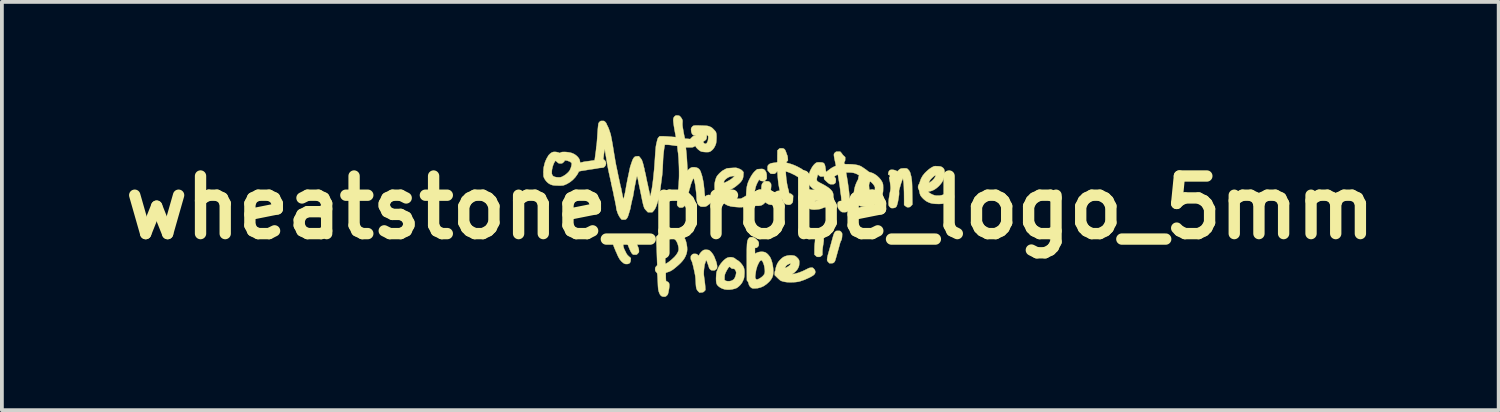
<source format=kicad_pcb>
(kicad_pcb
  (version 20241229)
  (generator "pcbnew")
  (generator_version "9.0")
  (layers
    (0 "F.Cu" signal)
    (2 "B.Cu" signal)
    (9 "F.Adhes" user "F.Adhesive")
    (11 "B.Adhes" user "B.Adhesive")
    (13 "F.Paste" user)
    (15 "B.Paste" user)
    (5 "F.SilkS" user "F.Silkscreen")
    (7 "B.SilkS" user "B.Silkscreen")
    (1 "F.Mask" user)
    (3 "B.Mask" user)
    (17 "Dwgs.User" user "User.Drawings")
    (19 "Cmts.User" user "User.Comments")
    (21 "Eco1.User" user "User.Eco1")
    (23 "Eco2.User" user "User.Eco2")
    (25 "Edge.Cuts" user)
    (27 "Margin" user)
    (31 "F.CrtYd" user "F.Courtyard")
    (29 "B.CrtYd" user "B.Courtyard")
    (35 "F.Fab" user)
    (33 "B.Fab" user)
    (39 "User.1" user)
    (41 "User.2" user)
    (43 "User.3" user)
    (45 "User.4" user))
  (footprint "wheatstone_probe_logo_5mm"
    (layer "F.Cu")
    (at 16.808 2.443)
    (property "Reference" "wheatstone_probe_logo_5mm" (at 0 0 0) (layer "F.SilkS") (effects (font (size 1.524 1.524) (thickness 0.3))))
    (attr through_hole)
    (fp_poly (pts (xy 1.825 0.7) (xy 1.853 0.703) (xy 1.872 0.708) (xy 1.887 0.717) (xy 1.903 0.731) (xy 1.919 0.748) (xy 1.929 0.767) (xy 1.936 0.792) (xy 1.938 0.805) (xy 1.941 0.826) (xy 1.943 0.845) (xy 1.944 0.866) (xy 1.942 0.89) (xy 1.938 0.92) (xy 1.933 0.959) (xy 1.924 1.01) (xy 1.924 1.012) (xy 1.918 1.058) (xy 1.912 1.107) (xy 1.909 1.153) (xy 1.909 1.179) (xy 1.909 1.254) (xy 1.88 1.28) (xy 1.862 1.295) (xy 1.846 1.303) (xy 1.827 1.306) (xy 1.807 1.306) (xy 1.781 1.306) (xy 1.764 1.302) (xy 1.749 1.292) (xy 1.731 1.276) (xy 1.698 1.246) (xy 1.698 1.126) (xy 1.699 1.081) (xy 1.7 1.036) (xy 1.702 0.997) (xy 1.705 0.966) (xy 1.706 0.954) (xy 1.71 0.924) (xy 1.713 0.885) (xy 1.715 0.845) (xy 1.715 0.829) (xy 1.716 0.755) (xy 1.745 0.725) (xy 1.774 0.695) (xy 1.825 0.7)) (stroke (width 0.01) (type solid)) (fill yes) (layer "F.SilkS"))
    (fp_poly (pts (xy -3.13 0.721) (xy -3.114 0.728) (xy -3.093 0.743) (xy -3.092 0.744) (xy -3.059 0.77) (xy -3.037 0.793) (xy -3.024 0.818) (xy -3.017 0.848) (xy -3.015 0.884) (xy -3.013 0.915) (xy -3.01 0.94) (xy -3.004 0.964) (xy -2.994 0.991) (xy -2.98 1.024) (xy -2.97 1.045) (xy -2.952 1.099) (xy -2.948 1.133) (xy -2.947 1.159) (xy -2.948 1.176) (xy -2.954 1.19) (xy -2.967 1.205) (xy -2.976 1.215) (xy -2.993 1.233) (xy -3.006 1.243) (xy -3.02 1.247) (xy -3.041 1.248) (xy -3.055 1.248) (xy -3.081 1.248) (xy -3.098 1.245) (xy -3.111 1.238) (xy -3.125 1.225) (xy -3.129 1.221) (xy -3.147 1.197) (xy -3.168 1.159) (xy -3.192 1.108) (xy -3.219 1.043) (xy -3.239 0.991) (xy -3.261 0.923) (xy -3.271 0.865) (xy -3.271 0.816) (xy -3.26 0.777) (xy -3.239 0.746) (xy -3.229 0.739) (xy -3.211 0.73) (xy -3.186 0.723) (xy -3.17 0.721) (xy -3.146 0.719) (xy -3.13 0.721)) (stroke (width 0.01) (type solid)) (fill yes) (layer "F.SilkS"))
    (fp_poly (pts (xy -3.495 0.814) (xy -3.475 0.818) (xy -3.455 0.828) (xy -3.444 0.835) (xy -3.42 0.854) (xy -3.397 0.875) (xy -3.389 0.884) (xy -3.378 0.899) (xy -3.371 0.914) (xy -3.368 0.933) (xy -3.367 0.961) (xy -3.367 0.962) (xy -3.361 1.022) (xy -3.344 1.083) (xy -3.329 1.116) (xy -3.321 1.132) (xy -3.309 1.156) (xy -3.295 1.184) (xy -3.292 1.191) (xy -3.275 1.223) (xy -3.258 1.249) (xy -3.235 1.273) (xy -3.214 1.293) (xy -3.162 1.338) (xy -3.166 1.391) (xy -3.172 1.433) (xy -3.187 1.463) (xy -3.21 1.482) (xy -3.243 1.493) (xy -3.278 1.495) (xy -3.306 1.493) (xy -3.329 1.486) (xy -3.354 1.472) (xy -3.357 1.47) (xy -3.408 1.428) (xy -3.454 1.373) (xy -3.492 1.307) (xy -3.495 1.301) (xy -3.508 1.273) (xy -3.519 1.25) (xy -3.526 1.235) (xy -3.527 1.23) (xy -3.53 1.222) (xy -3.537 1.205) (xy -3.545 1.188) (xy -3.556 1.166) (xy -3.569 1.135) (xy -3.584 1.099) (xy -3.597 1.067) (xy -3.612 1.029) (xy -3.622 1.001) (xy -3.628 0.977) (xy -3.631 0.954) (xy -3.632 0.928) (xy -3.632 0.927) (xy -3.632 0.87) (xy -3.602 0.841) (xy -3.584 0.826) (xy -3.57 0.817) (xy -3.553 0.814) (xy -3.528 0.813) (xy -3.524 0.813) (xy -3.495 0.814)) (stroke (width 0.01) (type solid)) (fill yes) (layer "F.SilkS"))
    (fp_poly (pts (xy 2.352 0.617) (xy 2.37 0.619) (xy 2.383 0.624) (xy 2.394 0.635) (xy 2.405 0.646) (xy 2.42 0.664) (xy 2.428 0.68) (xy 2.431 0.7) (xy 2.431 0.717) (xy 2.429 0.763) (xy 2.425 0.805) (xy 2.418 0.84) (xy 2.409 0.865) (xy 2.404 0.873) (xy 2.396 0.887) (xy 2.386 0.911) (xy 2.376 0.94) (xy 2.373 0.951) (xy 2.364 0.986) (xy 2.352 1.028) (xy 2.341 1.07) (xy 2.336 1.089) (xy 2.324 1.129) (xy 2.312 1.172) (xy 2.301 1.211) (xy 2.297 1.226) (xy 2.281 1.284) (xy 2.268 1.33) (xy 2.258 1.365) (xy 2.25 1.391) (xy 2.243 1.41) (xy 2.237 1.424) (xy 2.231 1.434) (xy 2.225 1.442) (xy 2.217 1.449) (xy 2.217 1.45) (xy 2.202 1.462) (xy 2.189 1.469) (xy 2.172 1.472) (xy 2.146 1.473) (xy 2.142 1.473) (xy 2.092 1.473) (xy 2.061 1.44) (xy 2.045 1.421) (xy 2.036 1.407) (xy 2.033 1.391) (xy 2.033 1.369) (xy 2.034 1.362) (xy 2.037 1.334) (xy 2.044 1.299) (xy 2.052 1.262) (xy 2.056 1.248) (xy 2.066 1.212) (xy 2.078 1.169) (xy 2.091 1.123) (xy 2.101 1.089) (xy 2.113 1.044) (xy 2.127 0.995) (xy 2.14 0.948) (xy 2.148 0.918) (xy 2.166 0.852) (xy 2.181 0.798) (xy 2.193 0.755) (xy 2.204 0.721) (xy 2.213 0.695) (xy 2.222 0.676) (xy 2.23 0.661) (xy 2.239 0.649) (xy 2.247 0.64) (xy 2.26 0.628) (xy 2.272 0.621) (xy 2.287 0.618) (xy 2.31 0.617) (xy 2.324 0.617) (xy 2.352 0.617)) (stroke (width 0.01) (type solid)) (fill yes) (layer "F.SilkS"))
    (fp_poly (pts (xy -0.461 1.322) (xy -0.42 1.338) (xy -0.396 1.357) (xy -0.374 1.374) (xy -0.351 1.389) (xy -0.348 1.39) (xy -0.305 1.418) (xy -0.262 1.458) (xy -0.228 1.498) (xy -0.198 1.539) (xy -0.178 1.576) (xy -0.165 1.612) (xy -0.158 1.651) (xy -0.155 1.679) (xy -0.154 1.713) (xy -0.155 1.752) (xy -0.158 1.792) (xy -0.161 1.83) (xy -0.166 1.863) (xy -0.172 1.886) (xy -0.175 1.894) (xy -0.181 1.907) (xy -0.19 1.928) (xy -0.196 1.943) (xy -0.222 1.994) (xy -0.262 2.046) (xy -0.309 2.091) (xy -0.336 2.112) (xy -0.359 2.128) (xy -0.386 2.139) (xy -0.419 2.15) (xy -0.484 2.165) (xy -0.55 2.173) (xy -0.614 2.173) (xy -0.672 2.166) (xy -0.687 2.163) (xy -0.741 2.145) (xy -0.787 2.123) (xy -0.829 2.094) (xy -0.837 2.087) (xy -0.863 2.063) (xy -0.881 2.039) (xy -0.893 2.011) (xy -0.901 1.977) (xy -0.905 1.932) (xy -0.905 1.92) (xy -0.906 1.893) (xy -0.683 1.893) (xy -0.682 1.911) (xy -0.681 1.915) (xy -0.668 1.93) (xy -0.645 1.941) (xy -0.614 1.948) (xy -0.578 1.95) (xy -0.542 1.948) (xy -0.507 1.94) (xy -0.478 1.928) (xy -0.478 1.928) (xy -0.457 1.914) (xy -0.439 1.901) (xy -0.433 1.896) (xy -0.415 1.869) (xy -0.399 1.834) (xy -0.385 1.794) (xy -0.378 1.759) (xy -0.374 1.731) (xy -0.374 1.711) (xy -0.379 1.694) (xy -0.386 1.676) (xy -0.401 1.648) (xy -0.414 1.63) (xy -0.428 1.622) (xy -0.448 1.619) (xy -0.457 1.618) (xy -0.48 1.617) (xy -0.497 1.61) (xy -0.514 1.594) (xy -0.515 1.593) (xy -0.531 1.578) (xy -0.545 1.569) (xy -0.549 1.568) (xy -0.561 1.574) (xy -0.578 1.592) (xy -0.598 1.621) (xy -0.62 1.659) (xy -0.64 1.696) (xy -0.656 1.73) (xy -0.667 1.756) (xy -0.674 1.778) (xy -0.678 1.802) (xy -0.681 1.831) (xy -0.681 1.836) (xy -0.683 1.867) (xy -0.683 1.893) (xy -0.906 1.893) (xy -0.906 1.885) (xy -0.905 1.846) (xy -0.903 1.805) (xy -0.9 1.766) (xy -0.896 1.731) (xy -0.891 1.705) (xy -0.887 1.689) (xy -0.886 1.687) (xy -0.881 1.677) (xy -0.873 1.658) (xy -0.864 1.633) (xy -0.853 1.606) (xy -0.842 1.582) (xy -0.834 1.568) (xy -0.824 1.554) (xy -0.82 1.545) (xy -0.816 1.536) (xy -0.805 1.52) (xy -0.789 1.497) (xy -0.781 1.485) (xy -0.745 1.442) (xy -0.707 1.401) (xy -0.667 1.367) (xy -0.631 1.341) (xy -0.604 1.328) (xy -0.557 1.316) (xy -0.508 1.314) (xy -0.461 1.322)) (stroke (width 0.01) (type solid)) (fill yes) (layer "F.SilkS"))
    (fp_poly (pts (xy 1.109 1.266) (xy 1.149 1.272) (xy 1.173 1.278) (xy 1.192 1.286) (xy 1.21 1.299) (xy 1.233 1.319) (xy 1.238 1.324) (xy 1.266 1.353) (xy 1.284 1.38) (xy 1.294 1.408) (xy 1.297 1.442) (xy 1.295 1.486) (xy 1.295 1.49) (xy 1.292 1.519) (xy 1.289 1.542) (xy 1.285 1.555) (xy 1.285 1.557) (xy 1.279 1.568) (xy 1.272 1.587) (xy 1.27 1.591) (xy 1.256 1.62) (xy 1.232 1.654) (xy 1.201 1.688) (xy 1.165 1.721) (xy 1.152 1.731) (xy 1.107 1.765) (xy 1.142 1.76) (xy 1.165 1.756) (xy 1.194 1.749) (xy 1.228 1.74) (xy 1.261 1.73) (xy 1.291 1.721) (xy 1.315 1.713) (xy 1.329 1.706) (xy 1.331 1.705) (xy 1.344 1.699) (xy 1.349 1.698) (xy 1.358 1.695) (xy 1.377 1.687) (xy 1.404 1.675) (xy 1.436 1.66) (xy 1.468 1.644) (xy 1.5 1.628) (xy 1.528 1.614) (xy 1.543 1.606) (xy 1.558 1.6) (xy 1.583 1.595) (xy 1.603 1.592) (xy 1.628 1.59) (xy 1.644 1.591) (xy 1.657 1.597) (xy 1.671 1.609) (xy 1.674 1.612) (xy 1.701 1.642) (xy 1.715 1.672) (xy 1.72 1.703) (xy 1.717 1.728) (xy 1.708 1.751) (xy 1.692 1.772) (xy 1.667 1.794) (xy 1.631 1.817) (xy 1.584 1.843) (xy 1.556 1.857) (xy 1.438 1.91) (xy 1.325 1.949) (xy 1.281 1.961) (xy 1.244 1.967) (xy 1.197 1.973) (xy 1.144 1.976) (xy 1.088 1.978) (xy 1.034 1.978) (xy 0.986 1.976) (xy 0.955 1.973) (xy 0.908 1.966) (xy 0.865 1.956) (xy 0.829 1.945) (xy 0.803 1.934) (xy 0.799 1.932) (xy 0.787 1.923) (xy 0.767 1.906) (xy 0.742 1.883) (xy 0.715 1.857) (xy 0.713 1.855) (xy 0.646 1.789) (xy 0.646 1.741) (xy 0.648 1.707) (xy 0.654 1.684) (xy 0.657 1.68) (xy 0.665 1.662) (xy 0.667 1.644) (xy 0.671 1.615) (xy 0.675 1.599) (xy 0.914 1.599) (xy 0.92 1.6) (xy 0.935 1.595) (xy 0.958 1.585) (xy 0.984 1.57) (xy 1.004 1.558) (xy 1.03 1.538) (xy 1.051 1.517) (xy 1.064 1.496) (xy 1.067 1.484) (xy 1.061 1.482) (xy 1.046 1.485) (xy 1.025 1.493) (xy 1.002 1.504) (xy 0.98 1.516) (xy 0.969 1.524) (xy 0.957 1.535) (xy 0.943 1.553) (xy 0.929 1.572) (xy 0.919 1.589) (xy 0.914 1.599) (xy 0.675 1.599) (xy 0.68 1.579) (xy 0.694 1.537) (xy 0.711 1.496) (xy 0.72 1.477) (xy 0.744 1.438) (xy 0.778 1.397) (xy 0.817 1.358) (xy 0.857 1.324) (xy 0.876 1.311) (xy 0.925 1.288) (xy 0.983 1.272) (xy 1.045 1.264) (xy 1.109 1.266)) (stroke (width 0.01) (type solid)) (fill yes) (layer "F.SilkS"))
    (fp_poly (pts (xy -1.157 1.118) (xy -1.126 1.121) (xy -1.1 1.126) (xy -1.094 1.128) (xy -1.07 1.144) (xy -1.042 1.17) (xy -1.014 1.203) (xy -0.987 1.241) (xy -0.964 1.281) (xy -0.947 1.317) (xy -0.937 1.345) (xy -0.926 1.373) (xy -0.922 1.382) (xy -0.902 1.435) (xy -0.888 1.489) (xy -0.879 1.537) (xy -0.878 1.561) (xy -0.879 1.587) (xy -0.882 1.604) (xy -0.889 1.618) (xy -0.903 1.632) (xy -0.906 1.635) (xy -0.921 1.649) (xy -0.934 1.657) (xy -0.95 1.661) (xy -0.973 1.662) (xy -0.984 1.662) (xy -1.012 1.661) (xy -1.03 1.659) (xy -1.044 1.652) (xy -1.058 1.641) (xy -1.061 1.638) (xy -1.083 1.612) (xy -1.096 1.579) (xy -1.096 1.578) (xy -1.103 1.552) (xy -1.111 1.528) (xy -1.114 1.52) (xy -1.122 1.5) (xy -1.131 1.474) (xy -1.135 1.462) (xy -1.144 1.438) (xy -1.153 1.416) (xy -1.157 1.408) (xy -1.167 1.39) (xy -1.179 1.418) (xy -1.186 1.439) (xy -1.19 1.455) (xy -1.19 1.458) (xy -1.194 1.473) (xy -1.197 1.477) (xy -1.203 1.489) (xy -1.209 1.513) (xy -1.214 1.546) (xy -1.22 1.585) (xy -1.225 1.627) (xy -1.229 1.67) (xy -1.231 1.71) (xy -1.232 1.746) (xy -1.231 1.771) (xy -1.229 1.793) (xy -1.225 1.826) (xy -1.22 1.864) (xy -1.214 1.905) (xy -1.213 1.912) (xy -1.207 1.959) (xy -1.201 2.01) (xy -1.196 2.059) (xy -1.193 2.098) (xy -1.188 2.183) (xy -1.216 2.213) (xy -1.232 2.229) (xy -1.246 2.238) (xy -1.263 2.243) (xy -1.288 2.246) (xy -1.295 2.247) (xy -1.346 2.251) (xy -1.38 2.216) (xy -1.398 2.196) (xy -1.412 2.175) (xy -1.422 2.152) (xy -1.43 2.124) (xy -1.436 2.088) (xy -1.44 2.043) (xy -1.443 1.987) (xy -1.444 1.967) (xy -1.447 1.911) (xy -1.451 1.864) (xy -1.455 1.822) (xy -1.462 1.779) (xy -1.472 1.73) (xy -1.476 1.709) (xy -1.493 1.632) (xy -1.507 1.568) (xy -1.52 1.516) (xy -1.531 1.475) (xy -1.54 1.444) (xy -1.549 1.421) (xy -1.556 1.405) (xy -1.558 1.403) (xy -1.568 1.385) (xy -1.573 1.365) (xy -1.575 1.337) (xy -1.575 1.329) (xy -1.574 1.303) (xy -1.572 1.285) (xy -1.565 1.272) (xy -1.552 1.258) (xy -1.547 1.253) (xy -1.532 1.239) (xy -1.519 1.231) (xy -1.503 1.227) (xy -1.479 1.226) (xy -1.47 1.226) (xy -1.442 1.227) (xy -1.425 1.23) (xy -1.411 1.236) (xy -1.397 1.248) (xy -1.392 1.253) (xy -1.377 1.267) (xy -1.367 1.274) (xy -1.364 1.273) (xy -1.361 1.264) (xy -1.351 1.246) (xy -1.337 1.224) (xy -1.336 1.222) (xy -1.303 1.18) (xy -1.265 1.145) (xy -1.236 1.126) (xy -1.217 1.121) (xy -1.189 1.118) (xy -1.157 1.118)) (stroke (width 0.01) (type solid)) (fill yes) (layer "F.SilkS"))
    (fp_poly (pts (xy 4.104 -1.038) (xy 4.126 -1.036) (xy 4.141 -1.034) (xy 4.153 -1.028) (xy 4.165 -1.019) (xy 4.17 -1.014) (xy 4.207 -0.973) (xy 4.231 -0.925) (xy 4.239 -0.898) (xy 4.244 -0.873) (xy 4.25 -0.853) (xy 4.252 -0.845) (xy 4.256 -0.832) (xy 4.261 -0.809) (xy 4.266 -0.778) (xy 4.27 -0.754) (xy 4.273 -0.729) (xy 4.276 -0.699) (xy 4.279 -0.663) (xy 4.281 -0.619) (xy 4.283 -0.566) (xy 4.284 -0.503) (xy 4.285 -0.427) (xy 4.286 -0.378) (xy 4.29 -0.08) (xy 4.258 -0.046) (xy 4.239 -0.027) (xy 4.223 -0.016) (xy 4.206 -0.011) (xy 4.187 -0.009) (xy 4.164 -0.008) (xy 4.148 -0.01) (xy 4.133 -0.018) (xy 4.113 -0.033) (xy 4.109 -0.036) (xy 4.071 -0.066) (xy 4.071 -0.205) (xy 4.07 -0.314) (xy 4.069 -0.411) (xy 4.066 -0.495) (xy 4.064 -0.567) (xy 4.06 -0.626) (xy 4.056 -0.671) (xy 4.053 -0.691) (xy 4.048 -0.721) (xy 4.044 -0.745) (xy 4.042 -0.76) (xy 4.042 -0.763) (xy 4.04 -0.769) (xy 4.039 -0.768) (xy 4.034 -0.759) (xy 4.026 -0.74) (xy 4.016 -0.713) (xy 4.005 -0.681) (xy 3.993 -0.649) (xy 3.984 -0.619) (xy 3.976 -0.595) (xy 3.967 -0.562) (xy 3.956 -0.524) (xy 3.948 -0.497) (xy 3.938 -0.459) (xy 3.936 -0.427) (xy 3.937 -0.408) (xy 3.938 -0.38) (xy 3.937 -0.346) (xy 3.934 -0.317) (xy 3.923 -0.252) (xy 3.915 -0.2) (xy 3.908 -0.161) (xy 3.902 -0.134) (xy 3.898 -0.118) (xy 3.897 -0.115) (xy 3.892 -0.1) (xy 3.887 -0.079) (xy 3.886 -0.075) (xy 3.874 -0.037) (xy 3.852 -0.01) (xy 3.821 0.007) (xy 3.779 0.014) (xy 3.769 0.014) (xy 3.743 0.014) (xy 3.725 0.01) (xy 3.711 0.002) (xy 3.695 -0.013) (xy 3.675 -0.034) (xy 3.665 -0.056) (xy 3.661 -0.074) (xy 3.659 -0.113) (xy 3.661 -0.165) (xy 3.667 -0.228) (xy 3.678 -0.301) (xy 3.692 -0.382) (xy 3.701 -0.425) (xy 3.708 -0.459) (xy 3.711 -0.487) (xy 3.713 -0.513) (xy 3.712 -0.543) (xy 3.709 -0.581) (xy 3.698 -0.67) (xy 3.682 -0.752) (xy 3.676 -0.777) (xy 3.675 -0.793) (xy 3.685 -0.802) (xy 3.685 -0.802) (xy 3.693 -0.809) (xy 3.695 -0.819) (xy 3.693 -0.838) (xy 3.692 -0.841) (xy 3.687 -0.86) (xy 3.681 -0.869) (xy 3.671 -0.87) (xy 3.667 -0.869) (xy 3.657 -0.867) (xy 3.651 -0.871) (xy 3.65 -0.882) (xy 3.652 -0.905) (xy 3.661 -0.945) (xy 3.68 -0.976) (xy 3.702 -0.993) (xy 3.726 -0.999) (xy 3.758 -1) (xy 3.795 -0.996) (xy 3.831 -0.987) (xy 3.853 -0.978) (xy 3.893 -0.958) (xy 3.922 -0.986) (xy 3.947 -1.008) (xy 3.97 -1.023) (xy 3.994 -1.032) (xy 4.025 -1.036) (xy 4.066 -1.038) (xy 4.071 -1.038) (xy 4.104 -1.038)) (stroke (width 0.01) (type solid)) (fill yes) (layer "F.SilkS"))
    (fp_poly (pts (xy 0.035 0.784) (xy 0.063 0.785) (xy 0.086 0.789) (xy 0.098 0.793) (xy 0.128 0.814) (xy 0.161 0.842) (xy 0.19 0.872) (xy 0.2 0.884) (xy 0.214 0.904) (xy 0.222 0.921) (xy 0.225 0.942) (xy 0.225 0.963) (xy 0.224 0.989) (xy 0.221 1.007) (xy 0.212 1.022) (xy 0.199 1.038) (xy 0.18 1.056) (xy 0.164 1.065) (xy 0.148 1.067) (xy 0.123 1.067) (xy 0.123 1.148) (xy 0.124 1.183) (xy 0.124 1.205) (xy 0.126 1.218) (xy 0.129 1.222) (xy 0.133 1.22) (xy 0.136 1.217) (xy 0.15 1.209) (xy 0.171 1.197) (xy 0.189 1.189) (xy 0.227 1.178) (xy 0.271 1.172) (xy 0.318 1.171) (xy 0.361 1.176) (xy 0.396 1.187) (xy 0.399 1.188) (xy 0.435 1.211) (xy 0.471 1.245) (xy 0.507 1.289) (xy 0.518 1.304) (xy 0.541 1.347) (xy 0.562 1.402) (xy 0.58 1.464) (xy 0.594 1.532) (xy 0.604 1.602) (xy 0.609 1.671) (xy 0.608 1.736) (xy 0.608 1.742) (xy 0.598 1.802) (xy 0.576 1.859) (xy 0.542 1.914) (xy 0.498 1.965) (xy 0.428 2.028) (xy 0.355 2.078) (xy 0.277 2.113) (xy 0.196 2.134) (xy 0.11 2.141) (xy 0.11 2.141) (xy 0.078 2.14) (xy 0.056 2.137) (xy 0.04 2.131) (xy 0.029 2.125) (xy -0.008 2.092) (xy -0.033 2.052) (xy -0.044 2.014) (xy -0.055 1.976) (xy -0.071 1.95) (xy -0.09 1.93) (xy -0.091 1.833) (xy 0.13 1.833) (xy 0.13 1.852) (xy 0.133 1.865) (xy 0.139 1.877) (xy 0.146 1.886) (xy 0.16 1.9) (xy 0.174 1.905) (xy 0.194 1.901) (xy 0.221 1.89) (xy 0.272 1.861) (xy 0.318 1.826) (xy 0.354 1.788) (xy 0.372 1.76) (xy 0.383 1.728) (xy 0.386 1.685) (xy 0.383 1.631) (xy 0.373 1.568) (xy 0.366 1.535) (xy 0.355 1.499) (xy 0.342 1.464) (xy 0.328 1.434) (xy 0.315 1.411) (xy 0.304 1.398) (xy 0.302 1.396) (xy 0.284 1.397) (xy 0.263 1.41) (xy 0.242 1.434) (xy 0.222 1.468) (xy 0.222 1.469) (xy 0.202 1.511) (xy 0.188 1.542) (xy 0.179 1.564) (xy 0.175 1.58) (xy 0.174 1.588) (xy 0.171 1.602) (xy 0.168 1.607) (xy 0.163 1.617) (xy 0.157 1.64) (xy 0.15 1.676) (xy 0.143 1.724) (xy 0.137 1.767) (xy 0.132 1.806) (xy 0.13 1.833) (xy -0.091 1.833) (xy -0.093 1.486) (xy -0.093 1.376) (xy -0.094 1.28) (xy -0.093 1.196) (xy -0.093 1.124) (xy -0.091 1.063) (xy -0.089 1.01) (xy -0.087 0.967) (xy -0.083 0.93) (xy -0.079 0.901) (xy -0.073 0.876) (xy -0.066 0.856) (xy -0.059 0.84) (xy -0.05 0.826) (xy -0.039 0.813) (xy -0.039 0.812) (xy -0.024 0.797) (xy -0.012 0.789) (xy 0.003 0.785) (xy 0.026 0.784) (xy 0.035 0.784)) (stroke (width 0.01) (type solid)) (fill yes) (layer "F.SilkS"))
    (fp_poly (pts (xy 4.931 -1.095) (xy 4.952 -1.094) (xy 4.992 -1.092) (xy 5.021 -1.089) (xy 5.043 -1.084) (xy 5.061 -1.076) (xy 5.062 -1.076) (xy 5.094 -1.056) (xy 5.118 -1.032) (xy 5.133 -1.002) (xy 5.141 -0.965) (xy 5.142 -0.919) (xy 5.137 -0.862) (xy 5.135 -0.852) (xy 5.127 -0.801) (xy 5.117 -0.761) (xy 5.105 -0.727) (xy 5.102 -0.721) (xy 5.072 -0.666) (xy 5.032 -0.614) (xy 4.986 -0.564) (xy 4.936 -0.52) (xy 4.883 -0.482) (xy 4.83 -0.454) (xy 4.78 -0.436) (xy 4.758 -0.432) (xy 4.735 -0.428) (xy 4.718 -0.423) (xy 4.713 -0.42) (xy 4.716 -0.412) (xy 4.729 -0.399) (xy 4.75 -0.383) (xy 4.776 -0.367) (xy 4.804 -0.351) (xy 4.833 -0.339) (xy 4.838 -0.337) (xy 4.868 -0.326) (xy 4.894 -0.32) (xy 4.92 -0.317) (xy 4.954 -0.316) (xy 4.968 -0.316) (xy 5.003 -0.317) (xy 5.031 -0.32) (xy 5.058 -0.325) (xy 5.088 -0.334) (xy 5.116 -0.343) (xy 5.149 -0.356) (xy 5.178 -0.367) (xy 5.2 -0.377) (xy 5.21 -0.383) (xy 5.228 -0.39) (xy 5.255 -0.394) (xy 5.282 -0.395) (xy 5.335 -0.396) (xy 5.364 -0.365) (xy 5.379 -0.347) (xy 5.388 -0.333) (xy 5.391 -0.316) (xy 5.392 -0.29) (xy 5.392 -0.288) (xy 5.391 -0.258) (xy 5.386 -0.238) (xy 5.377 -0.222) (xy 5.377 -0.222) (xy 5.356 -0.203) (xy 5.324 -0.183) (xy 5.282 -0.163) (xy 5.234 -0.143) (xy 5.181 -0.125) (xy 5.127 -0.11) (xy 5.087 -0.101) (xy 5.055 -0.098) (xy 5.012 -0.096) (xy 4.964 -0.096) (xy 4.914 -0.097) (xy 4.867 -0.101) (xy 4.828 -0.106) (xy 4.815 -0.108) (xy 4.784 -0.115) (xy 4.761 -0.121) (xy 4.741 -0.128) (xy 4.72 -0.137) (xy 4.692 -0.15) (xy 4.681 -0.155) (xy 4.649 -0.175) (xy 4.613 -0.202) (xy 4.577 -0.234) (xy 4.545 -0.268) (xy 4.518 -0.3) (xy 4.501 -0.329) (xy 4.5 -0.33) (xy 4.491 -0.356) (xy 4.482 -0.389) (xy 4.477 -0.417) (xy 4.471 -0.446) (xy 4.463 -0.471) (xy 4.455 -0.485) (xy 4.444 -0.509) (xy 4.44 -0.54) (xy 4.443 -0.571) (xy 4.453 -0.599) (xy 4.459 -0.608) (xy 4.47 -0.626) (xy 4.482 -0.654) (xy 4.484 -0.662) (xy 4.726 -0.662) (xy 4.734 -0.661) (xy 4.752 -0.668) (xy 4.776 -0.683) (xy 4.82 -0.719) (xy 4.858 -0.759) (xy 4.887 -0.8) (xy 4.905 -0.839) (xy 4.906 -0.841) (xy 4.912 -0.863) (xy 4.87 -0.835) (xy 4.849 -0.819) (xy 4.825 -0.798) (xy 4.801 -0.775) (xy 4.78 -0.753) (xy 4.763 -0.733) (xy 4.754 -0.72) (xy 4.753 -0.716) (xy 4.749 -0.707) (xy 4.739 -0.692) (xy 4.739 -0.691) (xy 4.727 -0.673) (xy 4.726 -0.662) (xy 4.484 -0.662) (xy 4.491 -0.686) (xy 4.518 -0.763) (xy 4.559 -0.837) (xy 4.614 -0.907) (xy 4.668 -0.96) (xy 4.712 -0.999) (xy 4.751 -1.029) (xy 4.786 -1.053) (xy 4.823 -1.073) (xy 4.828 -1.076) (xy 4.848 -1.086) (xy 4.864 -1.092) (xy 4.88 -1.095) (xy 4.902 -1.096) (xy 4.931 -1.095)) (stroke (width 0.01) (type solid)) (fill yes) (layer "F.SilkS"))
    (fp_poly (pts (xy -2.025 0.578) (xy -1.979 0.589) (xy -1.936 0.608) (xy -1.915 0.621) (xy -1.85 0.67) (xy -1.794 0.728) (xy -1.748 0.792) (xy -1.714 0.861) (xy -1.698 0.913) (xy -1.682 0.987) (xy -1.673 1.051) (xy -1.671 1.108) (xy -1.675 1.16) (xy -1.686 1.211) (xy -1.694 1.236) (xy -1.718 1.295) (xy -1.75 1.352) (xy -1.791 1.408) (xy -1.843 1.466) (xy -1.907 1.526) (xy -1.924 1.541) (xy -1.976 1.585) (xy -2.02 1.621) (xy -2.058 1.649) (xy -2.093 1.67) (xy -2.125 1.687) (xy -2.159 1.7) (xy -2.19 1.71) (xy -2.215 1.718) (xy -2.23 1.725) (xy -2.236 1.733) (xy -2.236 1.737) (xy -2.237 1.754) (xy -2.237 1.78) (xy -2.236 1.812) (xy -2.236 1.847) (xy -2.235 1.88) (xy -2.233 1.909) (xy -2.232 1.929) (xy -2.231 1.938) (xy -2.223 1.948) (xy -2.206 1.957) (xy -2.204 1.958) (xy -2.178 1.971) (xy -2.16 1.988) (xy -2.148 2.013) (xy -2.143 2.045) (xy -2.144 2.087) (xy -2.15 2.141) (xy -2.154 2.166) (xy -2.163 2.214) (xy -2.17 2.25) (xy -2.177 2.276) (xy -2.184 2.296) (xy -2.193 2.311) (xy -2.204 2.323) (xy -2.214 2.332) (xy -2.232 2.348) (xy -2.248 2.355) (xy -2.268 2.358) (xy -2.284 2.359) (xy -2.322 2.355) (xy -2.349 2.344) (xy -2.374 2.323) (xy -2.396 2.29) (xy -2.415 2.244) (xy -2.423 2.221) (xy -2.429 2.198) (xy -2.434 2.175) (xy -2.438 2.147) (xy -2.441 2.112) (xy -2.444 2.068) (xy -2.446 2.017) (xy -2.448 1.967) (xy -2.451 1.917) (xy -2.453 1.871) (xy -2.455 1.832) (xy -2.457 1.803) (xy -2.46 1.772) (xy -2.463 1.751) (xy -2.468 1.735) (xy -2.477 1.722) (xy -2.49 1.707) (xy -2.506 1.689) (xy -2.514 1.673) (xy -2.518 1.655) (xy -2.518 1.633) (xy -2.517 1.607) (xy -2.513 1.59) (xy -2.504 1.574) (xy -2.491 1.558) (xy -2.463 1.528) (xy -2.472 1.255) (xy -2.474 1.189) (xy -2.476 1.136) (xy -2.26 1.136) (xy -2.259 1.163) (xy -2.256 1.201) (xy -2.254 1.237) (xy -2.252 1.27) (xy -2.251 1.295) (xy -2.251 1.309) (xy -2.251 1.31) (xy -2.251 1.323) (xy -2.251 1.347) (xy -2.251 1.378) (xy -2.251 1.406) (xy -2.25 1.444) (xy -2.248 1.47) (xy -2.245 1.483) (xy -2.241 1.488) (xy -2.23 1.484) (xy -2.212 1.474) (xy -2.199 1.466) (xy -2.164 1.443) (xy -2.137 1.423) (xy -2.111 1.402) (xy -2.082 1.378) (xy -2.067 1.364) (xy -2.006 1.307) (xy -1.959 1.251) (xy -1.925 1.198) (xy -1.902 1.145) (xy -1.901 1.14) (xy -1.896 1.106) (xy -1.898 1.064) (xy -1.907 1.017) (xy -1.92 0.969) (xy -1.938 0.924) (xy -1.959 0.885) (xy -1.975 0.862) (xy -2.01 0.83) (xy -2.047 0.808) (xy -2.083 0.799) (xy -2.09 0.798) (xy -2.125 0.802) (xy -2.162 0.811) (xy -2.195 0.823) (xy -2.213 0.834) (xy -2.219 0.839) (xy -2.224 0.846) (xy -2.227 0.857) (xy -2.229 0.873) (xy -2.23 0.898) (xy -2.231 0.933) (xy -2.231 0.96) (xy -2.232 1.004) (xy -2.233 1.035) (xy -2.234 1.057) (xy -2.237 1.071) (xy -2.241 1.081) (xy -2.246 1.089) (xy -2.248 1.09) (xy -2.254 1.098) (xy -2.258 1.106) (xy -2.26 1.118) (xy -2.26 1.136) (xy -2.476 1.136) (xy -2.476 1.122) (xy -2.478 1.058) (xy -2.481 0.999) (xy -2.483 0.947) (xy -2.484 0.905) (xy -2.485 0.88) (xy -2.49 0.777) (xy -2.46 0.744) (xy -2.442 0.727) (xy -2.428 0.715) (xy -2.421 0.711) (xy -2.412 0.706) (xy -2.396 0.694) (xy -2.38 0.678) (xy -2.347 0.648) (xy -2.313 0.625) (xy -2.274 0.608) (xy -2.227 0.594) (xy -2.17 0.584) (xy -2.139 0.58) (xy -2.077 0.575) (xy -2.025 0.578)) (stroke (width 0.01) (type solid)) (fill yes) (layer "F.SilkS"))
    (fp_poly (pts (xy 0.858 -1.566) (xy 0.883 -1.559) (xy 0.904 -1.546) (xy 0.921 -1.524) (xy 0.937 -1.491) (xy 0.953 -1.447) (xy 0.958 -1.433) (xy 0.967 -1.407) (xy 0.975 -1.386) (xy 0.981 -1.375) (xy 0.981 -1.374) (xy 0.984 -1.364) (xy 0.988 -1.342) (xy 0.991 -1.315) (xy 0.992 -1.307) (xy 0.996 -1.247) (xy 0.969 -1.219) (xy 0.953 -1.201) (xy 0.948 -1.191) (xy 0.951 -1.187) (xy 0.963 -1.184) (xy 0.984 -1.178) (xy 1.012 -1.171) (xy 1.023 -1.168) (xy 1.073 -1.153) (xy 1.128 -1.134) (xy 1.183 -1.112) (xy 1.233 -1.089) (xy 1.263 -1.074) (xy 1.287 -1.061) (xy 1.309 -1.049) (xy 1.321 -1.043) (xy 1.339 -1.033) (xy 1.36 -1.02) (xy 1.365 -1.016) (xy 1.423 -0.975) (xy 1.47 -0.942) (xy 1.504 -0.917) (xy 1.527 -0.899) (xy 1.532 -0.894) (xy 1.551 -0.877) (xy 1.568 -0.926) (xy 1.577 -0.952) (xy 1.584 -0.972) (xy 1.589 -0.983) (xy 1.589 -0.983) (xy 1.595 -0.993) (xy 1.605 -1.012) (xy 1.618 -1.037) (xy 1.622 -1.045) (xy 1.644 -1.081) (xy 1.67 -1.117) (xy 1.699 -1.148) (xy 1.728 -1.174) (xy 1.755 -1.19) (xy 1.768 -1.194) (xy 1.787 -1.196) (xy 1.815 -1.197) (xy 1.848 -1.196) (xy 1.858 -1.196) (xy 1.894 -1.193) (xy 1.922 -1.187) (xy 1.943 -1.176) (xy 1.959 -1.158) (xy 1.971 -1.132) (xy 1.981 -1.095) (xy 1.989 -1.046) (xy 1.992 -1.026) (xy 2.005 -0.938) (xy 2.048 -0.972) (xy 2.09 -1.003) (xy 2.123 -1.028) (xy 2.151 -1.047) (xy 2.176 -1.061) (xy 2.2 -1.074) (xy 2.218 -1.082) (xy 2.246 -1.095) (xy 2.262 -1.105) (xy 2.268 -1.113) (xy 2.267 -1.117) (xy 2.263 -1.131) (xy 2.258 -1.152) (xy 2.256 -1.161) (xy 2.251 -1.182) (xy 2.245 -1.212) (xy 2.237 -1.248) (xy 2.231 -1.275) (xy 2.224 -1.312) (xy 2.218 -1.347) (xy 2.214 -1.377) (xy 2.213 -1.392) (xy 2.215 -1.414) (xy 2.22 -1.43) (xy 2.232 -1.445) (xy 2.242 -1.454) (xy 2.258 -1.468) (xy 2.272 -1.476) (xy 2.288 -1.479) (xy 2.311 -1.48) (xy 2.325 -1.48) (xy 2.379 -1.48) (xy 2.409 -1.447) (xy 2.424 -1.428) (xy 2.435 -1.413) (xy 2.438 -1.406) (xy 2.443 -1.398) (xy 2.457 -1.384) (xy 2.475 -1.367) (xy 2.511 -1.334) (xy 2.511 -1.285) (xy 2.51 -1.254) (xy 2.506 -1.234) (xy 2.498 -1.219) (xy 2.496 -1.217) (xy 2.484 -1.195) (xy 2.484 -1.173) (xy 2.489 -1.161) (xy 2.493 -1.155) (xy 2.5 -1.151) (xy 2.511 -1.149) (xy 2.53 -1.148) (xy 2.559 -1.147) (xy 2.599 -1.147) (xy 2.607 -1.147) (xy 2.692 -1.144) (xy 2.769 -1.136) (xy 2.837 -1.124) (xy 2.894 -1.107) (xy 2.939 -1.086) (xy 2.946 -1.081) (xy 2.959 -1.073) (xy 2.973 -1.063) (xy 2.992 -1.051) (xy 3.018 -1.033) (xy 3.04 -1.018) (xy 3.067 -0.999) (xy 3.094 -0.978) (xy 3.109 -0.966) (xy 3.132 -0.948) (xy 3.158 -0.936) (xy 3.191 -0.927) (xy 3.246 -0.908) (xy 3.301 -0.877) (xy 3.356 -0.838) (xy 3.406 -0.791) (xy 3.45 -0.74) (xy 3.484 -0.687) (xy 3.499 -0.656) (xy 3.506 -0.636) (xy 3.511 -0.617) (xy 3.514 -0.596) (xy 3.515 -0.567) (xy 3.516 -0.529) (xy 3.516 -0.515) (xy 3.515 -0.47) (xy 3.514 -0.435) (xy 3.51 -0.406) (xy 3.505 -0.379) (xy 3.5 -0.361) (xy 3.491 -0.332) (xy 3.482 -0.307) (xy 3.474 -0.29) (xy 3.473 -0.288) (xy 3.463 -0.271) (xy 3.451 -0.25) (xy 3.448 -0.244) (xy 3.429 -0.213) (xy 3.401 -0.178) (xy 3.369 -0.142) (xy 3.335 -0.108) (xy 3.304 -0.082) (xy 3.291 -0.073) (xy 3.229 -0.042) (xy 3.161 -0.023) (xy 3.087 -0.016) (xy 3.006 -0.021) (xy 2.954 -0.029) (xy 2.912 -0.039) (xy 2.878 -0.052) (xy 2.849 -0.07) (xy 2.819 -0.095) (xy 2.795 -0.119) (xy 2.771 -0.148) (xy 2.755 -0.177) (xy 2.744 -0.211) (xy 2.738 -0.252) (xy 2.736 -0.304) (xy 2.736 -0.31) (xy 2.955 -0.31) (xy 2.958 -0.282) (xy 2.97 -0.263) (xy 2.992 -0.25) (xy 3.025 -0.241) (xy 3.037 -0.239) (xy 3.083 -0.236) (xy 3.122 -0.243) (xy 3.153 -0.257) (xy 3.2 -0.293) (xy 3.239 -0.34) (xy 3.263 -0.383) (xy 3.284 -0.434) (xy 3.297 -0.481) (xy 3.301 -0.521) (xy 3.299 -0.54) (xy 3.291 -0.559) (xy 3.277 -0.584) (xy 3.257 -0.612) (xy 3.234 -0.639) (xy 3.211 -0.662) (xy 3.19 -0.68) (xy 3.174 -0.689) (xy 3.171 -0.689) (xy 3.165 -0.683) (xy 3.158 -0.666) (xy 3.151 -0.644) (xy 3.145 -0.619) (xy 3.142 -0.597) (xy 3.141 -0.584) (xy 3.142 -0.567) (xy 3.144 -0.54) (xy 3.146 -0.509) (xy 3.147 -0.496) (xy 3.151 -0.429) (xy 3.12 -0.396) (xy 3.103 -0.378) (xy 3.09 -0.368) (xy 3.075 -0.364) (xy 3.054 -0.363) (xy 3.042 -0.363) (xy 3.013 -0.364) (xy 2.995 -0.368) (xy 2.982 -0.375) (xy 2.978 -0.378) (xy 2.962 -0.393) (xy 2.957 -0.349) (xy 2.955 -0.31) (xy 2.736 -0.31) (xy 2.736 -0.312) (xy 2.74 -0.392) (xy 2.753 -0.476) (xy 2.768 -0.544) (xy 2.779 -0.577) (xy 2.792 -0.615) (xy 2.808 -0.654) (xy 2.824 -0.688) (xy 2.838 -0.715) (xy 2.843 -0.723) (xy 2.856 -0.75) (xy 2.859 -0.772) (xy 2.862 -0.798) (xy 2.87 -0.823) (xy 2.87 -0.825) (xy 2.877 -0.842) (xy 2.88 -0.851) (xy 2.879 -0.852) (xy 2.872 -0.856) (xy 2.863 -0.862) (xy 2.817 -0.888) (xy 2.774 -0.906) (xy 2.729 -0.919) (xy 2.678 -0.926) (xy 2.618 -0.929) (xy 2.6 -0.929) (xy 2.568 -0.929) (xy 2.549 -0.928) (xy 2.539 -0.926) (xy 2.535 -0.921) (xy 2.536 -0.914) (xy 2.537 -0.913) (xy 2.54 -0.897) (xy 2.545 -0.87) (xy 2.551 -0.836) (xy 2.558 -0.798) (xy 2.564 -0.759) (xy 2.57 -0.723) (xy 2.575 -0.694) (xy 2.576 -0.686) (xy 2.58 -0.66) (xy 2.585 -0.625) (xy 2.59 -0.587) (xy 2.594 -0.559) (xy 2.611 -0.431) (xy 2.622 -0.315) (xy 2.628 -0.209) (xy 2.629 -0.113) (xy 2.627 -0.068) (xy 2.621 0.044) (xy 2.592 0.079) (xy 2.565 0.106) (xy 2.541 0.118) (xy 2.539 0.119) (xy 2.518 0.121) (xy 2.49 0.123) (xy 2.461 0.122) (xy 2.437 0.121) (xy 2.424 0.118) (xy 2.4 0.104) (xy 2.374 0.08) (xy 2.349 0.052) (xy 2.329 0.021) (xy 2.328 0.019) (xy 2.317 -0.006) (xy 2.31 -0.026) (xy 2.308 -0.048) (xy 2.309 -0.078) (xy 2.309 -0.078) (xy 2.311 -0.107) (xy 2.314 -0.125) (xy 2.32 -0.138) (xy 2.331 -0.149) (xy 2.335 -0.153) (xy 2.359 -0.169) (xy 2.385 -0.174) (xy 2.386 -0.174) (xy 2.413 -0.174) (xy 2.408 -0.245) (xy 2.405 -0.281) (xy 2.401 -0.317) (xy 2.397 -0.347) (xy 2.395 -0.356) (xy 2.391 -0.38) (xy 2.386 -0.414) (xy 2.382 -0.452) (xy 2.38 -0.472) (xy 2.375 -0.512) (xy 2.369 -0.56) (xy 2.362 -0.608) (xy 2.358 -0.635) (xy 2.351 -0.678) (xy 2.343 -0.724) (xy 2.336 -0.767) (xy 2.332 -0.791) (xy 2.327 -0.822) (xy 2.322 -0.847) (xy 2.318 -0.864) (xy 2.316 -0.869) (xy 2.31 -0.872) (xy 2.297 -0.867) (xy 2.275 -0.855) (xy 2.265 -0.849) (xy 2.22 -0.819) (xy 2.243 -0.793) (xy 2.255 -0.779) (xy 2.261 -0.767) (xy 2.264 -0.751) (xy 2.264 -0.729) (xy 2.263 -0.713) (xy 2.261 -0.685) (xy 2.258 -0.666) (xy 2.252 -0.653) (xy 2.241 -0.642) (xy 2.237 -0.638) (xy 2.223 -0.627) (xy 2.209 -0.62) (xy 2.192 -0.618) (xy 2.165 -0.617) (xy 2.16 -0.617) (xy 2.131 -0.618) (xy 2.111 -0.62) (xy 2.095 -0.627) (xy 2.076 -0.639) (xy 2.075 -0.64) (xy 2.054 -0.656) (xy 2.028 -0.679) (xy 2.002 -0.703) (xy 1.998 -0.707) (xy 1.976 -0.728) (xy 1.962 -0.744) (xy 1.955 -0.757) (xy 1.953 -0.771) (xy 1.952 -0.787) (xy 1.952 -0.824) (xy 1.902 -0.821) (xy 1.875 -0.82) (xy 1.858 -0.822) (xy 1.845 -0.827) (xy 1.831 -0.838) (xy 1.823 -0.845) (xy 1.807 -0.859) (xy 1.795 -0.869) (xy 1.791 -0.871) (xy 1.786 -0.864) (xy 1.78 -0.847) (xy 1.774 -0.824) (xy 1.767 -0.797) (xy 1.762 -0.771) (xy 1.76 -0.758) (xy 1.759 -0.737) (xy 1.762 -0.719) (xy 1.771 -0.704) (xy 1.787 -0.688) (xy 1.813 -0.672) (xy 1.849 -0.652) (xy 1.877 -0.638) (xy 1.951 -0.599) (xy 2.017 -0.56) (xy 2.073 -0.522) (xy 2.117 -0.486) (xy 2.149 -0.452) (xy 2.151 -0.45) (xy 2.173 -0.418) (xy 2.187 -0.387) (xy 2.195 -0.353) (xy 2.198 -0.312) (xy 2.198 -0.27) (xy 2.195 -0.2) (xy 2.158 -0.152) (xy 2.102 -0.093) (xy 2.039 -0.044) (xy 1.969 -0.006) (xy 1.934 0.007) (xy 1.908 0.016) (xy 1.888 0.024) (xy 1.876 0.029) (xy 1.876 0.029) (xy 1.867 0.034) (xy 1.851 0.038) (xy 1.828 0.042) (xy 1.794 0.046) (xy 1.753 0.051) (xy 1.687 0.055) (xy 1.632 0.051) (xy 1.586 0.04) (xy 1.547 0.021) (xy 1.512 -0.007) (xy 1.508 -0.012) (xy 1.484 -0.048) (xy 1.47 -0.091) (xy 1.466 -0.14) (xy 1.472 -0.191) (xy 1.487 -0.242) (xy 1.513 -0.29) (xy 1.514 -0.292) (xy 1.549 -0.341) (xy 1.581 -0.378) (xy 1.609 -0.402) (xy 1.631 -0.413) (xy 1.667 -0.421) (xy 1.694 -0.42) (xy 1.717 -0.409) (xy 1.74 -0.39) (xy 1.756 -0.373) (xy 1.765 -0.359) (xy 1.769 -0.344) (xy 1.771 -0.322) (xy 1.771 -0.308) (xy 1.77 -0.281) (xy 1.767 -0.262) (xy 1.76 -0.246) (xy 1.746 -0.226) (xy 1.738 -0.215) (xy 1.723 -0.194) (xy 1.712 -0.178) (xy 1.708 -0.17) (xy 1.708 -0.169) (xy 1.716 -0.169) (xy 1.734 -0.171) (xy 1.758 -0.176) (xy 1.783 -0.182) (xy 1.805 -0.188) (xy 1.818 -0.192) (xy 1.838 -0.201) (xy 1.864 -0.211) (xy 1.872 -0.214) (xy 1.898 -0.227) (xy 1.926 -0.243) (xy 1.939 -0.252) (xy 1.959 -0.268) (xy 1.97 -0.282) (xy 1.973 -0.297) (xy 1.968 -0.312) (xy 1.952 -0.329) (xy 1.926 -0.349) (xy 1.889 -0.371) (xy 1.84 -0.398) (xy 1.785 -0.427) (xy 1.738 -0.451) (xy 1.702 -0.471) (xy 1.674 -0.488) (xy 1.652 -0.504) (xy 1.633 -0.52) (xy 1.614 -0.538) (xy 1.611 -0.542) (xy 1.58 -0.576) (xy 1.559 -0.605) (xy 1.547 -0.629) (xy 1.542 -0.644) (xy 1.539 -0.657) (xy 1.534 -0.664) (xy 1.523 -0.667) (xy 1.502 -0.668) (xy 1.491 -0.668) (xy 1.464 -0.668) (xy 1.447 -0.672) (xy 1.432 -0.68) (xy 1.414 -0.695) (xy 1.413 -0.695) (xy 1.387 -0.718) (xy 1.354 -0.744) (xy 1.319 -0.77) (xy 1.287 -0.793) (xy 1.262 -0.809) (xy 1.241 -0.822) (xy 1.215 -0.837) (xy 1.205 -0.844) (xy 1.179 -0.859) (xy 1.148 -0.874) (xy 1.132 -0.882) (xy 1.108 -0.893) (xy 1.088 -0.903) (xy 1.078 -0.908) (xy 1.065 -0.914) (xy 1.044 -0.922) (xy 1.019 -0.932) (xy 0.992 -0.941) (xy 0.967 -0.949) (xy 0.949 -0.955) (xy 0.94 -0.956) (xy 0.939 -0.956) (xy 0.939 -0.948) (xy 0.939 -0.928) (xy 0.941 -0.9) (xy 0.943 -0.867) (xy 0.946 -0.831) (xy 0.949 -0.796) (xy 0.952 -0.764) (xy 0.955 -0.74) (xy 0.958 -0.724) (xy 0.958 -0.723) (xy 0.963 -0.7) (xy 0.965 -0.677) (xy 0.967 -0.66) (xy 0.971 -0.633) (xy 0.977 -0.6) (xy 0.985 -0.565) (xy 0.992 -0.53) (xy 1 -0.5) (xy 1.006 -0.478) (xy 1.009 -0.47) (xy 1.015 -0.452) (xy 1.016 -0.441) (xy 1.018 -0.423) (xy 1.023 -0.4) (xy 1.024 -0.397) (xy 1.03 -0.379) (xy 1.039 -0.372) (xy 1.053 -0.37) (xy 1.072 -0.366) (xy 1.092 -0.353) (xy 1.105 -0.341) (xy 1.134 -0.312) (xy 1.13 -0.229) (xy 1.129 -0.192) (xy 1.126 -0.166) (xy 1.123 -0.149) (xy 1.118 -0.135) (xy 1.11 -0.123) (xy 1.107 -0.12) (xy 1.079 -0.091) (xy 1.045 -0.076) (xy 1.014 -0.073) (xy 0.964 -0.079) (xy 0.921 -0.099) (xy 0.884 -0.129) (xy 0.857 -0.171) (xy 0.844 -0.205) (xy 0.837 -0.229) (xy 0.833 -0.24) (xy 0.828 -0.242) (xy 0.822 -0.236) (xy 0.821 -0.233) (xy 0.811 -0.221) (xy 0.795 -0.201) (xy 0.774 -0.176) (xy 0.762 -0.162) (xy 0.728 -0.126) (xy 0.698 -0.101) (xy 0.668 -0.085) (xy 0.635 -0.076) (xy 0.595 -0.073) (xy 0.583 -0.073) (xy 0.539 -0.074) (xy 0.505 -0.08) (xy 0.475 -0.09) (xy 0.444 -0.107) (xy 0.434 -0.115) (xy 0.399 -0.139) (xy 0.362 -0.104) (xy 0.334 -0.08) (xy 0.305 -0.064) (xy 0.272 -0.053) (xy 0.231 -0.047) (xy 0.221 -0.046) (xy 0.162 -0.046) (xy 0.104 -0.054) (xy 0.051 -0.07) (xy 0.03 -0.08) (xy 0.01 -0.09) (xy -0.005 -0.095) (xy -0.019 -0.095) (xy -0.037 -0.088) (xy -0.062 -0.075) (xy -0.076 -0.066) (xy -0.107 -0.05) (xy -0.143 -0.034) (xy -0.171 -0.023) (xy -0.193 -0.016) (xy -0.213 -0.011) (xy -0.233 -0.009) (xy -0.258 -0.008) (xy -0.291 -0.009) (xy -0.312 -0.01) (xy -0.358 -0.013) (xy -0.404 -0.017) (xy -0.447 -0.021) (xy -0.485 -0.026) (xy -0.515 -0.031) (xy -0.535 -0.035) (xy -0.541 -0.038) (xy -0.552 -0.043) (xy -0.562 -0.044) (xy -0.578 -0.047) (xy -0.601 -0.057) (xy -0.63 -0.071) (xy -0.658 -0.087) (xy -0.684 -0.104) (xy -0.689 -0.108) (xy -0.71 -0.123) (xy -0.729 -0.137) (xy -0.733 -0.139) (xy -0.763 -0.163) (xy -0.796 -0.195) (xy -0.829 -0.232) (xy -0.859 -0.27) (xy -0.88 -0.301) (xy -0.906 -0.351) (xy -0.925 -0.396) (xy -0.937 -0.441) (xy -0.943 -0.49) (xy -0.945 -0.549) (xy -0.945 -0.555) (xy -0.945 -0.598) (xy -0.943 -0.631) (xy -0.939 -0.658) (xy -0.703 -0.658) (xy -0.697 -0.655) (xy -0.685 -0.657) (xy -0.669 -0.663) (xy -0.645 -0.674) (xy -0.617 -0.687) (xy -0.606 -0.693) (xy -0.552 -0.723) (xy -0.509 -0.751) (xy -0.473 -0.778) (xy -0.443 -0.808) (xy -0.435 -0.816) (xy -0.417 -0.837) (xy -0.471 -0.832) (xy -0.532 -0.82) (xy -0.591 -0.795) (xy -0.647 -0.755) (xy -0.648 -0.753) (xy -0.672 -0.731) (xy -0.687 -0.71) (xy -0.698 -0.684) (xy -0.701 -0.671) (xy -0.703 -0.658) (xy -0.939 -0.658) (xy -0.939 -0.661) (xy -0.933 -0.69) (xy -0.923 -0.726) (xy -0.923 -0.727) (xy -0.91 -0.77) (xy -0.896 -0.804) (xy -0.881 -0.831) (xy -0.872 -0.843) (xy -0.848 -0.872) (xy -0.819 -0.904) (xy -0.786 -0.934) (xy -0.755 -0.96) (xy -0.729 -0.979) (xy -0.726 -0.981) (xy -0.705 -0.992) (xy -0.679 -1.007) (xy -0.66 -1.017) (xy -0.645 -1.025) (xy -0.63 -1.032) (xy -0.615 -1.036) (xy -0.594 -1.04) (xy -0.567 -1.042) (xy -0.53 -1.045) (xy -0.5 -1.047) (xy -0.454 -1.05) (xy -0.42 -1.051) (xy -0.394 -1.052) (xy -0.375 -1.05) (xy -0.358 -1.048) (xy -0.341 -1.043) (xy -0.337 -1.042) (xy -0.278 -1.019) (xy -0.232 -0.993) (xy -0.202 -0.964) (xy -0.179 -0.935) (xy -0.183 -0.865) (xy -0.187 -0.82) (xy -0.193 -0.786) (xy -0.202 -0.757) (xy -0.216 -0.73) (xy -0.23 -0.708) (xy -0.254 -0.677) (xy -0.288 -0.642) (xy -0.328 -0.606) (xy -0.372 -0.57) (xy -0.417 -0.537) (xy -0.459 -0.51) (xy -0.475 -0.501) (xy -0.495 -0.49) (xy -0.512 -0.481) (xy -0.546 -0.465) (xy -0.588 -0.45) (xy -0.629 -0.439) (xy -0.642 -0.436) (xy -0.665 -0.432) (xy -0.681 -0.428) (xy -0.687 -0.426) (xy -0.686 -0.417) (xy -0.675 -0.402) (xy -0.657 -0.382) (xy -0.634 -0.359) (xy -0.608 -0.335) (xy -0.581 -0.312) (xy -0.555 -0.292) (xy -0.532 -0.277) (xy -0.526 -0.274) (xy -0.486 -0.258) (xy -0.433 -0.246) (xy -0.371 -0.238) (xy -0.337 -0.235) (xy -0.302 -0.233) (xy -0.277 -0.233) (xy -0.259 -0.235) (xy -0.244 -0.239) (xy -0.227 -0.246) (xy -0.218 -0.25) (xy -0.189 -0.266) (xy -0.159 -0.283) (xy -0.144 -0.291) (xy -0.111 -0.312) (xy -0.106 -0.405) (xy -0.1 -0.483) (xy -0.091 -0.551) (xy -0.077 -0.612) (xy -0.058 -0.67) (xy -0.032 -0.729) (xy -0.019 -0.755) (xy 0.017 -0.822) (xy 0.051 -0.877) (xy 0.085 -0.922) (xy 0.12 -0.96) (xy 0.135 -0.973) (xy 0.182 -1.014) (xy 0.246 -1.019) (xy 0.29 -1.022) (xy 0.322 -1.021) (xy 0.346 -1.016) (xy 0.365 -1.006) (xy 0.382 -0.991) (xy 0.391 -0.981) (xy 0.411 -0.951) (xy 0.425 -0.917) (xy 0.433 -0.877) (xy 0.435 -0.826) (xy 0.435 -0.82) (xy 0.435 -0.762) (xy 0.405 -0.728) (xy 0.374 -0.695) (xy 0.323 -0.7) (xy 0.293 -0.704) (xy 0.273 -0.709) (xy 0.258 -0.719) (xy 0.253 -0.723) (xy 0.234 -0.742) (xy 0.224 -0.724) (xy 0.198 -0.676) (xy 0.178 -0.637) (xy 0.163 -0.604) (xy 0.152 -0.574) (xy 0.142 -0.544) (xy 0.134 -0.511) (xy 0.133 -0.508) (xy 0.121 -0.449) (xy 0.115 -0.401) (xy 0.114 -0.362) (xy 0.117 -0.339) (xy 0.124 -0.307) (xy 0.134 -0.287) (xy 0.147 -0.275) (xy 0.158 -0.272) (xy 0.176 -0.268) (xy 0.186 -0.265) (xy 0.201 -0.267) (xy 0.221 -0.281) (xy 0.242 -0.303) (xy 0.262 -0.332) (xy 0.262 -0.332) (xy 0.272 -0.35) (xy 0.279 -0.365) (xy 0.284 -0.379) (xy 0.287 -0.397) (xy 0.289 -0.422) (xy 0.291 -0.455) (xy 0.292 -0.486) (xy 0.295 -0.536) (xy 0.298 -0.574) (xy 0.304 -0.603) (xy 0.312 -0.626) (xy 0.324 -0.645) (xy 0.34 -0.663) (xy 0.35 -0.672) (xy 0.365 -0.685) (xy 0.377 -0.693) (xy 0.391 -0.696) (xy 0.411 -0.697) (xy 0.437 -0.696) (xy 0.466 -0.694) (xy 0.485 -0.691) (xy 0.498 -0.686) (xy 0.511 -0.676) (xy 0.523 -0.662) (xy 0.537 -0.647) (xy 0.546 -0.634) (xy 0.55 -0.619) (xy 0.551 -0.598) (xy 0.552 -0.575) (xy 0.55 -0.543) (xy 0.546 -0.503) (xy 0.541 -0.461) (xy 0.537 -0.435) (xy 0.53 -0.394) (xy 0.527 -0.364) (xy 0.528 -0.342) (xy 0.534 -0.327) (xy 0.545 -0.315) (xy 0.556 -0.307) (xy 0.575 -0.295) (xy 0.606 -0.331) (xy 0.623 -0.35) (xy 0.634 -0.366) (xy 0.638 -0.374) (xy 0.643 -0.383) (xy 0.656 -0.398) (xy 0.667 -0.409) (xy 0.685 -0.425) (xy 0.703 -0.435) (xy 0.725 -0.439) (xy 0.738 -0.441) (xy 0.781 -0.444) (xy 0.764 -0.525) (xy 0.748 -0.616) (xy 0.735 -0.719) (xy 0.725 -0.834) (xy 0.722 -0.878) (xy 0.72 -0.913) (xy 0.717 -0.94) (xy 0.715 -0.959) (xy 0.713 -0.966) (xy 0.713 -0.965) (xy 0.706 -0.954) (xy 0.693 -0.937) (xy 0.68 -0.923) (xy 0.663 -0.907) (xy 0.65 -0.898) (xy 0.635 -0.894) (xy 0.613 -0.893) (xy 0.601 -0.893) (xy 0.575 -0.893) (xy 0.553 -0.895) (xy 0.541 -0.897) (xy 0.531 -0.904) (xy 0.515 -0.92) (xy 0.497 -0.941) (xy 0.493 -0.945) (xy 0.457 -0.988) (xy 0.457 -1.045) (xy 0.458 -1.075) (xy 0.46 -1.094) (xy 0.465 -1.108) (xy 0.474 -1.121) (xy 0.479 -1.127) (xy 0.5 -1.147) (xy 0.526 -1.162) (xy 0.56 -1.173) (xy 0.605 -1.181) (xy 0.622 -1.183) (xy 0.66 -1.188) (xy 0.687 -1.192) (xy 0.703 -1.196) (xy 0.712 -1.202) (xy 0.716 -1.21) (xy 0.716 -1.223) (xy 0.716 -1.239) (xy 0.715 -1.261) (xy 0.716 -1.294) (xy 0.716 -1.334) (xy 0.716 -1.377) (xy 0.717 -1.396) (xy 0.718 -1.511) (xy 0.747 -1.539) (xy 0.762 -1.554) (xy 0.775 -1.563) (xy 0.79 -1.566) (xy 0.813 -1.568) (xy 0.825 -1.568) (xy 0.858 -1.566)) (stroke (width 0.01) (type solid)) (fill yes) (layer "F.SilkS"))
    (fp_poly (pts (xy -1.925 -2.436) (xy -1.923 -2.436) (xy -1.897 -2.433) (xy -1.879 -2.428) (xy -1.865 -2.418) (xy -1.849 -2.402) (xy -1.849 -2.402) (xy -1.83 -2.378) (xy -1.812 -2.35) (xy -1.806 -2.339) (xy -1.799 -2.321) (xy -1.794 -2.304) (xy -1.793 -2.283) (xy -1.794 -2.253) (xy -1.795 -2.244) (xy -1.796 -2.219) (xy -1.796 -2.194) (xy -1.794 -2.166) (xy -1.79 -2.132) (xy -1.783 -2.091) (xy -1.774 -2.038) (xy -1.774 -2.036) (xy -1.766 -1.99) (xy -1.758 -1.948) (xy -1.751 -1.912) (xy -1.745 -1.885) (xy -1.742 -1.869) (xy -1.741 -1.868) (xy -1.736 -1.849) (xy -1.734 -1.834) (xy -1.73 -1.825) (xy -1.715 -1.822) (xy -1.711 -1.821) (xy -1.691 -1.821) (xy -1.663 -1.819) (xy -1.639 -1.817) (xy -1.591 -1.812) (xy -1.551 -1.853) (xy -1.53 -1.874) (xy -1.515 -1.886) (xy -1.501 -1.892) (xy -1.486 -1.894) (xy -1.482 -1.894) (xy -1.463 -1.896) (xy -1.452 -1.9) (xy -1.451 -1.901) (xy -1.458 -1.906) (xy -1.474 -1.909) (xy -1.478 -1.909) (xy -1.506 -1.915) (xy -1.53 -1.935) (xy -1.549 -1.965) (xy -1.562 -2.006) (xy -1.567 -2.055) (xy -1.568 -2.067) (xy -1.565 -2.093) (xy -1.556 -2.114) (xy -1.545 -2.128) (xy -1.533 -2.143) (xy -1.522 -2.154) (xy -1.51 -2.162) (xy -1.494 -2.167) (xy -1.474 -2.171) (xy -1.447 -2.172) (xy -1.411 -2.173) (xy -1.365 -2.172) (xy -1.31 -2.17) (xy -1.253 -2.168) (xy -1.208 -2.166) (xy -1.173 -2.164) (xy -1.147 -2.162) (xy -1.126 -2.159) (xy -1.109 -2.155) (xy -1.095 -2.15) (xy -1.061 -2.137) (xy -1.034 -2.123) (xy -1.011 -2.108) (xy -0.988 -2.087) (xy -0.96 -2.058) (xy -0.936 -2.032) (xy -0.92 -2.012) (xy -0.91 -1.995) (xy -0.904 -1.976) (xy -0.9 -1.959) (xy -0.896 -1.931) (xy -0.894 -1.892) (xy -0.894 -1.847) (xy -0.896 -1.8) (xy -0.899 -1.755) (xy -0.904 -1.717) (xy -0.907 -1.698) (xy -0.922 -1.654) (xy -0.944 -1.608) (xy -0.97 -1.566) (xy -0.998 -1.532) (xy -1.004 -1.527) (xy -1.034 -1.501) (xy -1.06 -1.484) (xy -1.085 -1.473) (xy -1.114 -1.468) (xy -1.15 -1.467) (xy -1.183 -1.468) (xy -1.226 -1.471) (xy -1.265 -1.476) (xy -1.294 -1.482) (xy -1.302 -1.485) (xy -1.326 -1.497) (xy -1.354 -1.517) (xy -1.384 -1.541) (xy -1.411 -1.568) (xy -1.433 -1.593) (xy -1.444 -1.611) (xy -1.453 -1.633) (xy -1.487 -1.613) (xy -1.501 -1.605) (xy -1.515 -1.599) (xy -1.529 -1.596) (xy -1.549 -1.594) (xy -1.578 -1.594) (xy -1.613 -1.594) (xy -1.651 -1.594) (xy -1.677 -1.594) (xy -1.693 -1.593) (xy -1.701 -1.59) (xy -1.705 -1.586) (xy -1.705 -1.58) (xy -1.705 -1.579) (xy -1.704 -1.566) (xy -1.702 -1.542) (xy -1.698 -1.511) (xy -1.694 -1.475) (xy -1.694 -1.473) (xy -1.69 -1.435) (xy -1.686 -1.387) (xy -1.682 -1.334) (xy -1.678 -1.28) (xy -1.676 -1.241) (xy -1.673 -1.192) (xy -1.671 -1.144) (xy -1.668 -1.099) (xy -1.666 -1.062) (xy -1.664 -1.039) (xy -1.661 -0.979) (xy -1.619 -1.019) (xy -1.591 -1.042) (xy -1.565 -1.057) (xy -1.536 -1.065) (xy -1.5 -1.067) (xy -1.463 -1.065) (xy -1.414 -1.055) (xy -1.374 -1.034) (xy -1.341 -1.001) (xy -1.316 -0.956) (xy -1.3 -0.907) (xy -1.293 -0.884) (xy -1.286 -0.865) (xy -1.284 -0.86) (xy -1.28 -0.846) (xy -1.273 -0.821) (xy -1.266 -0.787) (xy -1.257 -0.749) (xy -1.249 -0.709) (xy -1.242 -0.67) (xy -1.236 -0.635) (xy -1.233 -0.613) (xy -1.23 -0.588) (xy -1.227 -0.553) (xy -1.222 -0.51) (xy -1.218 -0.465) (xy -1.216 -0.439) (xy -1.212 -0.397) (xy -1.208 -0.36) (xy -1.204 -0.33) (xy -1.202 -0.31) (xy -1.2 -0.302) (xy -1.196 -0.294) (xy -1.191 -0.295) (xy -1.18 -0.303) (xy -1.146 -0.325) (xy -1.108 -0.334) (xy -1.068 -0.33) (xy -1.049 -0.323) (xy -1.021 -0.306) (xy -1.003 -0.286) (xy -0.993 -0.258) (xy -0.989 -0.231) (xy -0.985 -0.183) (xy -1.017 -0.151) (xy -1.046 -0.124) (xy -1.078 -0.096) (xy -1.111 -0.071) (xy -1.14 -0.05) (xy -1.164 -0.035) (xy -1.175 -0.03) (xy -1.195 -0.026) (xy -1.223 -0.023) (xy -1.254 -0.022) (xy -1.255 -0.022) (xy -1.285 -0.023) (xy -1.306 -0.026) (xy -1.322 -0.032) (xy -1.338 -0.042) (xy -1.359 -0.058) (xy -1.377 -0.076) (xy -1.381 -0.081) (xy -1.394 -0.106) (xy -1.406 -0.141) (xy -1.415 -0.182) (xy -1.421 -0.226) (xy -1.422 -0.256) (xy -1.423 -0.286) (xy -1.426 -0.326) (xy -1.429 -0.369) (xy -1.433 -0.405) (xy -1.438 -0.447) (xy -1.443 -0.492) (xy -1.448 -0.532) (xy -1.451 -0.559) (xy -1.456 -0.593) (xy -1.464 -0.634) (xy -1.473 -0.677) (xy -1.479 -0.704) (xy -1.5 -0.787) (xy -1.531 -0.722) (xy -1.553 -0.669) (xy -1.573 -0.613) (xy -1.588 -0.561) (xy -1.594 -0.533) (xy -1.599 -0.515) (xy -1.604 -0.504) (xy -1.608 -0.494) (xy -1.614 -0.474) (xy -1.62 -0.447) (xy -1.622 -0.439) (xy -1.629 -0.41) (xy -1.635 -0.385) (xy -1.64 -0.369) (xy -1.641 -0.366) (xy -1.645 -0.353) (xy -1.651 -0.329) (xy -1.657 -0.301) (xy -1.659 -0.294) (xy -1.666 -0.26) (xy -1.675 -0.221) (xy -1.686 -0.181) (xy -1.696 -0.143) (xy -1.705 -0.109) (xy -1.713 -0.083) (xy -1.719 -0.067) (xy -1.72 -0.066) (xy -1.729 -0.054) (xy -1.745 -0.037) (xy -1.756 -0.027) (xy -1.773 -0.012) (xy -1.787 -0.004) (xy -1.805 -0.001) (xy -1.83 -0.000004) (xy -1.834 0) (xy -1.86 -0.000466) (xy -1.877 -0.003) (xy -1.89 -0.01) (xy -1.904 -0.024) (xy -1.91 -0.029) (xy -1.926 -0.047) (xy -1.934 -0.062) (xy -1.937 -0.08) (xy -1.938 -0.102) (xy -1.937 -0.121) (xy -1.935 -0.152) (xy -1.932 -0.193) (xy -1.928 -0.24) (xy -1.924 -0.292) (xy -1.92 -0.332) (xy -1.91 -0.44) (xy -1.902 -0.535) (xy -1.895 -0.62) (xy -1.891 -0.697) (xy -1.887 -0.768) (xy -1.885 -0.836) (xy -1.885 -0.867) (xy -1.885 -0.936) (xy -1.886 -1.01) (xy -1.888 -1.088) (xy -1.891 -1.166) (xy -1.895 -1.243) (xy -1.899 -1.315) (xy -1.905 -1.38) (xy -1.91 -1.436) (xy -1.916 -1.477) (xy -1.92 -1.507) (xy -1.924 -1.544) (xy -1.927 -1.576) (xy -1.932 -1.632) (xy -1.976 -1.636) (xy -2.005 -1.64) (xy -2.042 -1.645) (xy -2.079 -1.65) (xy -2.086 -1.652) (xy -2.125 -1.656) (xy -2.166 -1.66) (xy -2.202 -1.662) (xy -2.207 -1.662) (xy -2.263 -1.662) (xy -2.274 -1.598) (xy -2.28 -1.562) (xy -2.285 -1.524) (xy -2.289 -1.492) (xy -2.289 -1.488) (xy -2.293 -1.456) (xy -2.297 -1.418) (xy -2.301 -1.382) (xy -2.304 -1.352) (xy -2.307 -1.312) (xy -2.309 -1.268) (xy -2.311 -1.226) (xy -2.313 -1.169) (xy -2.316 -1.108) (xy -2.319 -1.045) (xy -2.323 -0.984) (xy -2.327 -0.928) (xy -2.331 -0.879) (xy -2.335 -0.842) (xy -2.336 -0.835) (xy -2.349 -0.736) (xy -2.36 -0.651) (xy -2.37 -0.577) (xy -2.378 -0.513) (xy -2.386 -0.458) (xy -2.394 -0.41) (xy -2.4 -0.369) (xy -2.407 -0.332) (xy -2.414 -0.298) (xy -2.421 -0.266) (xy -2.429 -0.234) (xy -2.438 -0.202) (xy -2.448 -0.166) (xy -2.451 -0.152) (xy -2.473 -0.081) (xy -2.495 -0.022) (xy -2.517 0.026) (xy -2.54 0.063) (xy -2.557 0.085) (xy -2.592 0.123) (xy -2.712 0.123) (xy -2.752 0.081) (xy -2.773 0.058) (xy -2.791 0.036) (xy -2.802 0.019) (xy -2.803 0.017) (xy -2.813 -0.007) (xy -2.825 -0.044) (xy -2.838 -0.091) (xy -2.851 -0.149) (xy -2.864 -0.207) (xy -2.871 -0.244) (xy -2.878 -0.278) (xy -2.884 -0.306) (xy -2.887 -0.323) (xy -2.892 -0.346) (xy -2.898 -0.376) (xy -2.903 -0.399) (xy -2.908 -0.425) (xy -2.915 -0.46) (xy -2.924 -0.5) (xy -2.932 -0.541) (xy -2.933 -0.544) (xy -2.942 -0.584) (xy -2.95 -0.623) (xy -2.956 -0.656) (xy -2.961 -0.68) (xy -2.961 -0.682) (xy -2.967 -0.714) (xy -2.974 -0.746) (xy -2.981 -0.776) (xy -2.988 -0.802) (xy -2.994 -0.82) (xy -2.998 -0.828) (xy -2.999 -0.827) (xy -3.003 -0.813) (xy -3.01 -0.793) (xy -3.01 -0.791) (xy -3.015 -0.772) (xy -3.021 -0.744) (xy -3.028 -0.712) (xy -3.03 -0.7) (xy -3.036 -0.668) (xy -3.042 -0.637) (xy -3.047 -0.615) (xy -3.048 -0.609) (xy -3.051 -0.595) (xy -3.056 -0.57) (xy -3.063 -0.535) (xy -3.07 -0.493) (xy -3.078 -0.448) (xy -3.086 -0.401) (xy -3.094 -0.355) (xy -3.101 -0.313) (xy -3.104 -0.294) (xy -3.108 -0.273) (xy -3.113 -0.258) (xy -3.117 -0.246) (xy -3.123 -0.222) (xy -3.13 -0.191) (xy -3.138 -0.155) (xy -3.147 -0.116) (xy -3.155 -0.078) (xy -3.162 -0.043) (xy -3.168 -0.015) (xy -3.171 0.003) (xy -3.171 0.008) (xy -3.173 0.02) (xy -3.179 0.042) (xy -3.187 0.07) (xy -3.194 0.092) (xy -3.205 0.129) (xy -3.217 0.168) (xy -3.228 0.202) (xy -3.231 0.214) (xy -3.249 0.259) (xy -3.272 0.292) (xy -3.286 0.306) (xy -3.298 0.314) (xy -3.313 0.318) (xy -3.335 0.319) (xy -3.35 0.319) (xy -3.402 0.319) (xy -3.432 0.286) (xy -3.451 0.261) (xy -3.472 0.227) (xy -3.492 0.189) (xy -3.509 0.151) (xy -3.521 0.117) (xy -3.523 0.108) (xy -3.529 0.089) (xy -3.534 0.076) (xy -3.535 0.076) (xy -3.538 0.065) (xy -3.543 0.044) (xy -3.547 0.017) (xy -3.548 0.005) (xy -3.552 -0.024) (xy -3.555 -0.048) (xy -3.558 -0.062) (xy -3.559 -0.064) (xy -3.561 -0.073) (xy -3.565 -0.093) (xy -3.571 -0.12) (xy -3.574 -0.138) (xy -3.58 -0.171) (xy -3.586 -0.2) (xy -3.591 -0.222) (xy -3.592 -0.229) (xy -3.596 -0.244) (xy -3.602 -0.271) (xy -3.609 -0.304) (xy -3.615 -0.334) (xy -3.622 -0.375) (xy -3.631 -0.417) (xy -3.64 -0.456) (xy -3.645 -0.475) (xy -3.652 -0.507) (xy -3.659 -0.537) (xy -3.663 -0.56) (xy -3.663 -0.562) (xy -3.667 -0.583) (xy -3.672 -0.597) (xy -3.673 -0.598) (xy -3.678 -0.61) (xy -3.679 -0.627) (xy -3.681 -0.649) (xy -3.686 -0.675) (xy -3.687 -0.678) (xy -3.692 -0.696) (xy -3.698 -0.724) (xy -3.706 -0.759) (xy -3.715 -0.798) (xy -3.717 -0.809) (xy -3.726 -0.85) (xy -3.735 -0.891) (xy -3.743 -0.927) (xy -3.749 -0.955) (xy -3.749 -0.958) (xy -3.756 -0.99) (xy -3.763 -1.022) (xy -3.766 -1.041) (xy -3.772 -1.071) (xy -3.778 -1.104) (xy -3.78 -1.118) (xy -3.784 -1.139) (xy -3.79 -1.171) (xy -3.796 -1.21) (xy -3.803 -1.252) (xy -3.807 -1.274) (xy -3.814 -1.317) (xy -3.821 -1.358) (xy -3.827 -1.394) (xy -3.832 -1.421) (xy -3.833 -1.43) (xy -3.839 -1.462) (xy -3.844 -1.497) (xy -3.845 -1.509) (xy -3.85 -1.549) (xy -3.859 -1.513) (xy -3.863 -1.492) (xy -3.868 -1.46) (xy -3.874 -1.423) (xy -3.879 -1.383) (xy -3.879 -1.379) (xy -3.891 -1.282) (xy -3.872 -1.268) (xy -3.842 -1.238) (xy -3.824 -1.203) (xy -3.819 -1.165) (xy -3.826 -1.127) (xy -3.847 -1.092) (xy -3.859 -1.079) (xy -3.871 -1.069) (xy -3.884 -1.062) (xy -3.901 -1.057) (xy -3.926 -1.054) (xy -3.953 -1.051) (xy -3.986 -1.048) (xy -4.016 -1.044) (xy -4.039 -1.04) (xy -4.046 -1.038) (xy -4.063 -1.034) (xy -4.089 -1.03) (xy -4.121 -1.025) (xy -4.137 -1.023) (xy -4.172 -1.018) (xy -4.215 -1.012) (xy -4.262 -1.005) (xy -4.303 -0.998) (xy -4.343 -0.991) (xy -4.38 -0.985) (xy -4.411 -0.98) (xy -4.432 -0.977) (xy -4.434 -0.976) (xy -4.477 -0.97) (xy -4.508 -0.963) (xy -4.529 -0.957) (xy -4.541 -0.949) (xy -4.547 -0.939) (xy -4.548 -0.937) (xy -4.554 -0.92) (xy -4.566 -0.897) (xy -4.575 -0.882) (xy -4.631 -0.803) (xy -4.697 -0.733) (xy -4.772 -0.673) (xy -4.853 -0.625) (xy -4.906 -0.602) (xy -4.928 -0.593) (xy -4.947 -0.587) (xy -4.967 -0.584) (xy -4.99 -0.582) (xy -5.021 -0.581) (xy -5.063 -0.581) (xy -5.065 -0.581) (xy -5.127 -0.582) (xy -5.177 -0.585) (xy -5.219 -0.59) (xy -5.255 -0.599) (xy -5.289 -0.612) (xy -5.302 -0.618) (xy -5.347 -0.646) (xy -5.39 -0.685) (xy -5.427 -0.731) (xy -5.452 -0.774) (xy -5.461 -0.794) (xy -5.468 -0.81) (xy -5.472 -0.827) (xy -5.474 -0.846) (xy -5.475 -0.872) (xy -5.475 -0.907) (xy -5.475 -0.929) (xy -5.475 -0.941) (xy -5.255 -0.941) (xy -5.253 -0.895) (xy -5.24 -0.859) (xy -5.218 -0.833) (xy -5.185 -0.815) (xy -5.14 -0.804) (xy -5.082 -0.799) (xy -5.073 -0.799) (xy -5.041 -0.8) (xy -5.016 -0.803) (xy -4.993 -0.811) (xy -4.972 -0.821) (xy -4.927 -0.846) (xy -4.883 -0.876) (xy -4.843 -0.91) (xy -4.809 -0.944) (xy -4.785 -0.975) (xy -4.78 -0.983) (xy -4.762 -1.02) (xy -4.75 -1.049) (xy -4.741 -1.079) (xy -4.734 -1.106) (xy -4.729 -1.134) (xy -4.727 -1.157) (xy -4.728 -1.172) (xy -4.728 -1.172) (xy -4.737 -1.185) (xy -4.754 -1.201) (xy -4.775 -1.215) (xy -4.794 -1.225) (xy -4.803 -1.226) (xy -4.818 -1.23) (xy -4.823 -1.233) (xy -4.833 -1.238) (xy -4.854 -1.243) (xy -4.871 -1.245) (xy -4.895 -1.248) (xy -4.908 -1.247) (xy -4.913 -1.242) (xy -4.913 -1.239) (xy -4.918 -1.229) (xy -4.931 -1.213) (xy -4.946 -1.198) (xy -4.964 -1.182) (xy -4.979 -1.173) (xy -4.996 -1.169) (xy -5.02 -1.168) (xy -5.025 -1.168) (xy -5.05 -1.169) (xy -5.067 -1.171) (xy -5.081 -1.178) (xy -5.098 -1.191) (xy -5.114 -1.206) (xy -5.135 -1.224) (xy -5.148 -1.234) (xy -5.156 -1.237) (xy -5.162 -1.233) (xy -5.165 -1.229) (xy -5.19 -1.189) (xy -5.213 -1.138) (xy -5.232 -1.08) (xy -5.246 -1.019) (xy -5.25 -0.997) (xy -5.255 -0.941) (xy -5.475 -0.941) (xy -5.474 -0.97) (xy -5.473 -1.008) (xy -5.47 -1.041) (xy -5.467 -1.063) (xy -5.467 -1.067) (xy -5.461 -1.091) (xy -5.453 -1.122) (xy -5.446 -1.153) (xy -5.435 -1.192) (xy -5.418 -1.236) (xy -5.398 -1.28) (xy -5.378 -1.32) (xy -5.364 -1.341) (xy -5.354 -1.357) (xy -5.349 -1.368) (xy -5.349 -1.369) (xy -5.344 -1.377) (xy -5.331 -1.392) (xy -5.312 -1.411) (xy -5.307 -1.417) (xy -5.273 -1.445) (xy -5.241 -1.463) (xy -5.206 -1.472) (xy -5.177 -1.473) (xy -5.151 -1.472) (xy -5.123 -1.468) (xy -5.095 -1.462) (xy -5.073 -1.456) (xy -5.062 -1.451) (xy -5.046 -1.444) (xy -5.029 -1.449) (xy -5.022 -1.454) (xy -5.007 -1.463) (xy -4.981 -1.469) (xy -4.945 -1.471) (xy -4.904 -1.471) (xy -4.859 -1.468) (xy -4.813 -1.462) (xy -4.769 -1.454) (xy -4.729 -1.444) (xy -4.714 -1.439) (xy -4.659 -1.414) (xy -4.611 -1.381) (xy -4.57 -1.343) (xy -4.537 -1.302) (xy -4.516 -1.259) (xy -4.507 -1.217) (xy -4.507 -1.21) (xy -4.506 -1.197) (xy -4.501 -1.192) (xy -4.488 -1.192) (xy -4.476 -1.194) (xy -4.452 -1.198) (xy -4.43 -1.204) (xy -4.427 -1.205) (xy -4.411 -1.209) (xy -4.385 -1.214) (xy -4.356 -1.218) (xy -4.354 -1.219) (xy -4.316 -1.223) (xy -4.275 -1.229) (xy -4.234 -1.234) (xy -4.196 -1.24) (xy -4.163 -1.245) (xy -4.139 -1.249) (xy -4.126 -1.251) (xy -4.125 -1.251) (xy -4.12 -1.259) (xy -4.116 -1.278) (xy -4.112 -1.303) (xy -4.112 -1.304) (xy -4.109 -1.331) (xy -4.104 -1.367) (xy -4.099 -1.408) (xy -4.093 -1.45) (xy -4.093 -1.45) (xy -4.087 -1.489) (xy -4.083 -1.526) (xy -4.08 -1.556) (xy -4.079 -1.577) (xy -4.079 -1.578) (xy -4.077 -1.603) (xy -4.072 -1.626) (xy -4.071 -1.63) (xy -4.069 -1.643) (xy -4.066 -1.668) (xy -4.062 -1.703) (xy -4.059 -1.746) (xy -4.055 -1.794) (xy -4.053 -1.825) (xy -4.046 -1.929) (xy -4.04 -2.018) (xy -4.034 -2.093) (xy -4.028 -2.153) (xy -4.023 -2.199) (xy -4.018 -2.226) (xy -4.008 -2.246) (xy -3.991 -2.266) (xy -3.976 -2.281) (xy -3.962 -2.289) (xy -3.946 -2.292) (xy -3.922 -2.293) (xy -3.916 -2.293) (xy -3.89 -2.293) (xy -3.872 -2.29) (xy -3.858 -2.282) (xy -3.842 -2.268) (xy -3.84 -2.266) (xy -3.822 -2.246) (xy -3.809 -2.226) (xy -3.806 -2.217) (xy -3.799 -2.199) (xy -3.788 -2.175) (xy -3.777 -2.156) (xy -3.765 -2.131) (xy -3.75 -2.097) (xy -3.737 -2.061) (xy -3.731 -2.043) (xy -3.72 -2.011) (xy -3.711 -1.983) (xy -3.704 -1.963) (xy -3.702 -1.956) (xy -3.697 -1.941) (xy -3.691 -1.915) (xy -3.684 -1.879) (xy -3.675 -1.836) (xy -3.666 -1.788) (xy -3.657 -1.738) (xy -3.648 -1.689) (xy -3.64 -1.641) (xy -3.633 -1.599) (xy -3.628 -1.568) (xy -3.624 -1.543) (xy -3.619 -1.508) (xy -3.612 -1.467) (xy -3.605 -1.425) (xy -3.603 -1.412) (xy -3.595 -1.366) (xy -3.587 -1.319) (xy -3.58 -1.275) (xy -3.574 -1.239) (xy -3.573 -1.234) (xy -3.567 -1.199) (xy -3.559 -1.156) (xy -3.55 -1.109) (xy -3.54 -1.067) (xy -3.532 -1.027) (xy -3.524 -0.989) (xy -3.517 -0.957) (xy -3.513 -0.935) (xy -3.512 -0.933) (xy -3.509 -0.913) (xy -3.502 -0.883) (xy -3.495 -0.845) (xy -3.486 -0.803) (xy -3.48 -0.777) (xy -3.47 -0.732) (xy -3.461 -0.687) (xy -3.452 -0.647) (xy -3.445 -0.615) (xy -3.443 -0.602) (xy -3.437 -0.574) (xy -3.43 -0.55) (xy -3.426 -0.534) (xy -3.425 -0.533) (xy -3.42 -0.516) (xy -3.416 -0.494) (xy -3.415 -0.493) (xy -3.412 -0.471) (xy -3.407 -0.443) (xy -3.404 -0.428) (xy -3.398 -0.403) (xy -3.392 -0.369) (xy -3.384 -0.333) (xy -3.381 -0.316) (xy -3.372 -0.274) (xy -3.366 -0.245) (xy -3.361 -0.23) (xy -3.356 -0.227) (xy -3.352 -0.235) (xy -3.346 -0.255) (xy -3.342 -0.277) (xy -3.334 -0.311) (xy -3.326 -0.348) (xy -3.321 -0.367) (xy -3.314 -0.396) (xy -3.307 -0.432) (xy -3.3 -0.469) (xy -3.299 -0.476) (xy -3.285 -0.561) (xy -3.267 -0.655) (xy -3.248 -0.754) (xy -3.227 -0.852) (xy -3.225 -0.86) (xy -3.216 -0.904) (xy -3.207 -0.947) (xy -3.199 -0.985) (xy -3.193 -1.014) (xy -3.19 -1.027) (xy -3.185 -1.052) (xy -3.18 -1.072) (xy -3.177 -1.081) (xy -3.174 -1.092) (xy -3.167 -1.114) (xy -3.157 -1.143) (xy -3.149 -1.168) (xy -3.131 -1.22) (xy -3.116 -1.26) (xy -3.101 -1.291) (xy -3.086 -1.314) (xy -3.07 -1.331) (xy -3.056 -1.344) (xy -3.04 -1.351) (xy -3.019 -1.354) (xy -2.998 -1.356) (xy -2.949 -1.359) (xy -2.918 -1.323) (xy -2.899 -1.3) (xy -2.882 -1.276) (xy -2.873 -1.262) (xy -2.863 -1.237) (xy -2.851 -1.202) (xy -2.839 -1.163) (xy -2.828 -1.122) (xy -2.821 -1.092) (xy -2.816 -1.068) (xy -2.81 -1.049) (xy -2.808 -1.043) (xy -2.803 -1.026) (xy -2.801 -1.011) (xy -2.799 -0.989) (xy -2.794 -0.966) (xy -2.793 -0.965) (xy -2.786 -0.938) (xy -2.777 -0.902) (xy -2.768 -0.862) (xy -2.76 -0.822) (xy -2.758 -0.809) (xy -2.754 -0.79) (xy -2.748 -0.759) (xy -2.74 -0.721) (xy -2.731 -0.679) (xy -2.725 -0.653) (xy -2.715 -0.609) (xy -2.706 -0.566) (xy -2.698 -0.528) (xy -2.691 -0.498) (xy -2.689 -0.486) (xy -2.682 -0.456) (xy -2.676 -0.427) (xy -2.672 -0.41) (xy -2.667 -0.386) (xy -2.662 -0.356) (xy -2.66 -0.339) (xy -2.657 -0.317) (xy -2.653 -0.303) (xy -2.65 -0.301) (xy -2.646 -0.31) (xy -2.64 -0.332) (xy -2.633 -0.364) (xy -2.624 -0.405) (xy -2.614 -0.451) (xy -2.605 -0.497) (xy -2.597 -0.547) (xy -2.588 -0.609) (xy -2.579 -0.682) (xy -2.569 -0.763) (xy -2.561 -0.842) (xy -2.557 -0.883) (xy -2.552 -0.93) (xy -2.548 -0.974) (xy -2.547 -0.98) (xy -2.544 -1.012) (xy -2.541 -1.055) (xy -2.537 -1.102) (xy -2.534 -1.15) (xy -2.533 -1.165) (xy -2.526 -1.256) (xy -2.521 -1.334) (xy -2.517 -1.4) (xy -2.513 -1.456) (xy -2.509 -1.502) (xy -2.506 -1.541) (xy -2.503 -1.573) (xy -2.501 -1.6) (xy -2.498 -1.623) (xy -2.494 -1.643) (xy -2.491 -1.662) (xy -2.487 -1.682) (xy -2.482 -1.702) (xy -2.477 -1.726) (xy -2.473 -1.74) (xy -1.248 -1.74) (xy -1.243 -1.726) (xy -1.23 -1.709) (xy -1.214 -1.695) (xy -1.203 -1.689) (xy -1.18 -1.687) (xy -1.165 -1.693) (xy -1.15 -1.71) (xy -1.149 -1.712) (xy -1.132 -1.742) (xy -1.121 -1.778) (xy -1.114 -1.822) (xy -1.113 -1.837) (xy -1.111 -1.864) (xy -1.112 -1.88) (xy -1.117 -1.892) (xy -1.126 -1.903) (xy -1.129 -1.906) (xy -1.15 -1.927) (xy -1.154 -1.871) (xy -1.157 -1.841) (xy -1.161 -1.821) (xy -1.167 -1.807) (xy -1.178 -1.794) (xy -1.182 -1.789) (xy -1.202 -1.772) (xy -1.221 -1.759) (xy -1.227 -1.756) (xy -1.242 -1.748) (xy -1.248 -1.74) (xy -1.248 -1.74) (xy -2.473 -1.74) (xy -2.471 -1.749) (xy -2.462 -1.786) (xy -2.454 -1.813) (xy -2.447 -1.831) (xy -2.438 -1.846) (xy -2.426 -1.859) (xy -2.425 -1.86) (xy -2.399 -1.887) (xy -2.326 -1.887) (xy -2.286 -1.886) (xy -2.239 -1.884) (xy -2.193 -1.881) (xy -2.17 -1.88) (xy -2.129 -1.876) (xy -2.086 -1.873) (xy -2.047 -1.869) (xy -2.027 -1.868) (xy -1.968 -1.863) (xy -1.986 -1.957) (xy -1.999 -2.026) (xy -2.011 -2.093) (xy -2.021 -2.156) (xy -2.029 -2.212) (xy -2.035 -2.26) (xy -2.038 -2.296) (xy -2.039 -2.314) (xy -2.036 -2.353) (xy -2.026 -2.383) (xy -2.007 -2.409) (xy -1.994 -2.42) (xy -1.98 -2.431) (xy -1.967 -2.436) (xy -1.951 -2.438) (xy -1.925 -2.436)) (stroke (width 0.01) (type solid)) (fill yes) (layer "F.SilkS")))
  (gr_rect
    (start -3 -3)
    (end 36.615 7.806)
    (stroke (width 0.1) (type default))
    (fill no)
    (layer "Edge.Cuts")))
</source>
